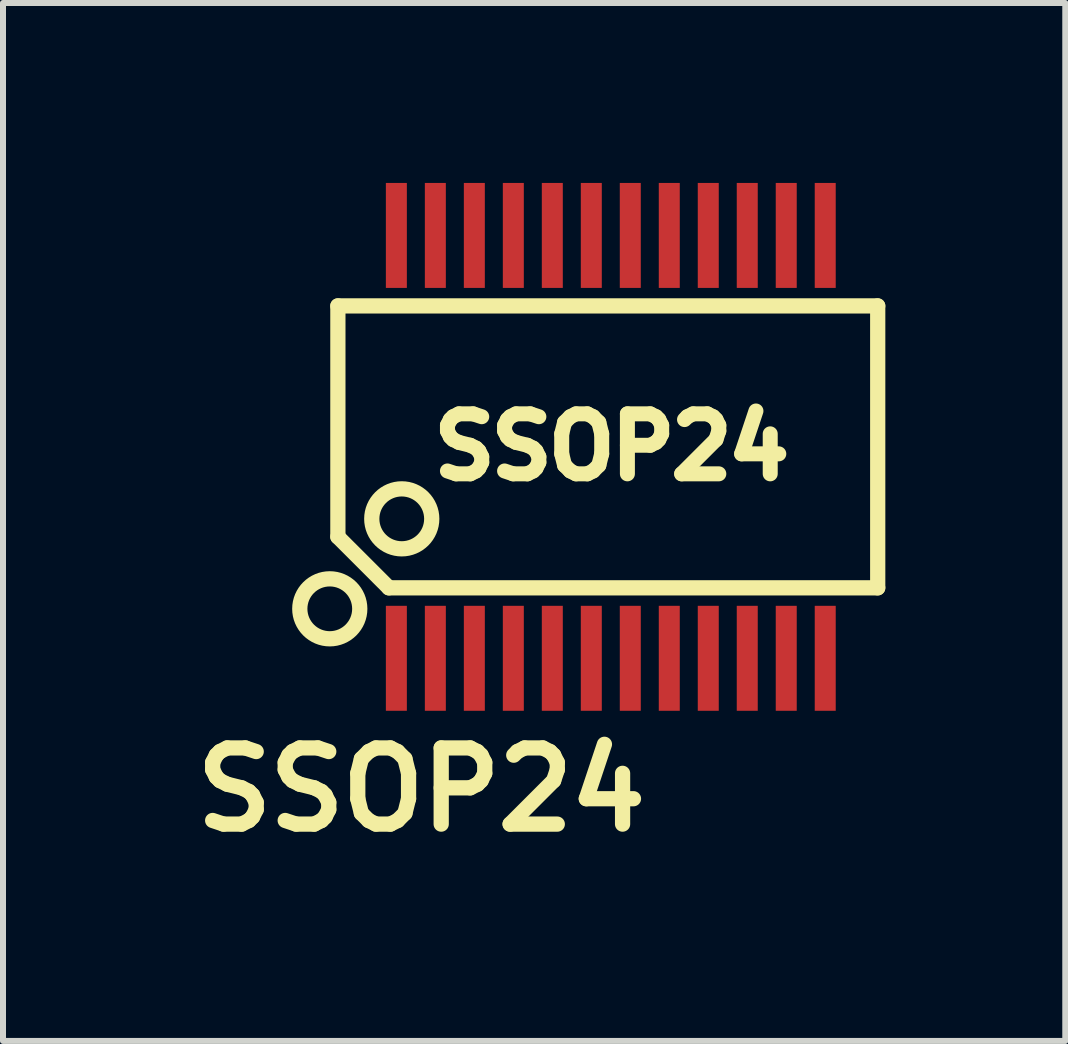
<source format=kicad_pcb>
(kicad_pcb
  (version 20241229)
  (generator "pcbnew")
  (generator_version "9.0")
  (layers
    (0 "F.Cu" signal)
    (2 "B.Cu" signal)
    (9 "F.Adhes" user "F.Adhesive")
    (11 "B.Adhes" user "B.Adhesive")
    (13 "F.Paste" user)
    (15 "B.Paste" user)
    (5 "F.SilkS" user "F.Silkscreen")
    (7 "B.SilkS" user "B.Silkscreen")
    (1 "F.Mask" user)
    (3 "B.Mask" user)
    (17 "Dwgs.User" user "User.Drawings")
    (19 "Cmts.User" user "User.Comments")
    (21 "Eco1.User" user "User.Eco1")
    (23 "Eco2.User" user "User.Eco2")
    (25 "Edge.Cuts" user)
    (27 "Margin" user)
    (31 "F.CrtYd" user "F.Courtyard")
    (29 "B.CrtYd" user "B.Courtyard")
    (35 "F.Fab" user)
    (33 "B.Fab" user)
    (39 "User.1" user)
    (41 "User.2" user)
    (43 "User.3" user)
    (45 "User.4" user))
  (footprint "SSOP24"
    (layer "F.Cu")
    (at 7.148 4.4)
    (property "Reference" "SSOP24" (at -3.175 5.715 0) (layer "F.SilkS") (effects (font (size 1.27 1.27) (thickness 0.254))))
    (attr smd)
    (fp_line (start -4.565 -2.35) (end -4.565 1.5) (stroke (width 0.254) (type solid)) (layer "F.SilkS"))
    (fp_line (start -4.565 -2.35) (end 4.435 -2.35) (stroke (width 0.254) (type solid)) (layer "F.SilkS"))
    (fp_line (start -4.565 1.5) (end -3.715 2.35) (stroke (width 0.254) (type solid)) (layer "F.SilkS"))
    (fp_line (start -3.715 2.35) (end 4.435 2.35) (stroke (width 0.254) (type solid)) (layer "F.SilkS"))
    (fp_line (start 4.435 -2.35) (end 4.435 2.35) (stroke (width 0.254) (type solid)) (layer "F.SilkS"))
    (fp_circle (center -4.7 2.7) (end -4.2 2.7) (stroke (width 0.254) (type solid)) (fill no) (layer "F.SilkS"))
    (fp_circle (center -3.5 1.2) (end -3 1.2) (stroke (width 0.254) (type solid)) (fill no) (layer "F.SilkS"))
    (fp_text user "SSOP24" (at 0 0 0) (layer "F.SilkS") (effects (font (size 1 1) (thickness 0.25))))
    (pad "1" smd rect (at -3.59 3.525) (size 0.35 1.75) (layers "F.Cu" "F.Mask" "F.Paste"))
    (pad "2" smd rect (at -2.94 3.525) (size 0.35 1.75) (layers "F.Cu" "F.Mask" "F.Paste"))
    (pad "3" smd rect (at -2.29 3.525) (size 0.35 1.75) (layers "F.Cu" "F.Mask" "F.Paste"))
    (pad "4" smd rect (at -1.64 3.525) (size 0.35 1.75) (layers "F.Cu" "F.Mask" "F.Paste"))
    (pad "5" smd rect (at -0.99 3.525) (size 0.35 1.75) (layers "F.Cu" "F.Mask" "F.Paste"))
    (pad "6" smd rect (at -0.34 3.525) (size 0.35 1.75) (layers "F.Cu" "F.Mask" "F.Paste"))
    (pad "7" smd rect (at 0.31 3.525) (size 0.35 1.75) (layers "F.Cu" "F.Mask" "F.Paste"))
    (pad "8" smd rect (at 0.96 3.525) (size 0.35 1.75) (layers "F.Cu" "F.Mask" "F.Paste"))
    (pad "9" smd rect (at 1.61 3.525) (size 0.35 1.75) (layers "F.Cu" "F.Mask" "F.Paste"))
    (pad "10" smd rect (at 2.26 3.525) (size 0.35 1.75) (layers "F.Cu" "F.Mask" "F.Paste"))
    (pad "11" smd rect (at 2.91 3.525) (size 0.35 1.75) (layers "F.Cu" "F.Mask" "F.Paste"))
    (pad "12" smd rect (at 3.56 3.525) (size 0.35 1.75) (layers "F.Cu" "F.Mask" "F.Paste"))
    (pad "13" smd rect (at 3.56 -3.525) (size 0.35 1.75) (layers "F.Cu" "F.Mask" "F.Paste"))
    (pad "14" smd rect (at 2.91 -3.525) (size 0.35 1.75) (layers "F.Cu" "F.Mask" "F.Paste"))
    (pad "15" smd rect (at 2.26 -3.525) (size 0.35 1.75) (layers "F.Cu" "F.Mask" "F.Paste"))
    (pad "16" smd rect (at 1.61 -3.525) (size 0.35 1.75) (layers "F.Cu" "F.Mask" "F.Paste"))
    (pad "17" smd rect (at 0.96 -3.525) (size 0.35 1.75) (layers "F.Cu" "F.Mask" "F.Paste"))
    (pad "18" smd rect (at 0.31 -3.525) (size 0.35 1.75) (layers "F.Cu" "F.Mask" "F.Paste"))
    (pad "19" smd rect (at -0.34 -3.525) (size 0.35 1.75) (layers "F.Cu" "F.Mask" "F.Paste"))
    (pad "20" smd rect (at -0.99 -3.525) (size 0.35 1.75) (layers "F.Cu" "F.Mask" "F.Paste"))
    (pad "21" smd rect (at -1.64 -3.525) (size 0.35 1.75) (layers "F.Cu" "F.Mask" "F.Paste"))
    (pad "22" smd rect (at -2.29 -3.525) (size 0.35 1.75) (layers "F.Cu" "F.Mask" "F.Paste"))
    (pad "23" smd rect (at -2.94 -3.525) (size 0.35 1.75) (layers "F.Cu" "F.Mask" "F.Paste"))
    (pad "24" smd rect (at -3.59 -3.525) (size 0.35 1.75) (layers "F.Cu" "F.Mask" "F.Paste")))
  (gr_rect
    (start -3 -3)
    (end 14.71 14.304)
    (stroke (width 0.1) (type default))
    (fill no)
    (layer "Edge.Cuts")))
</source>
